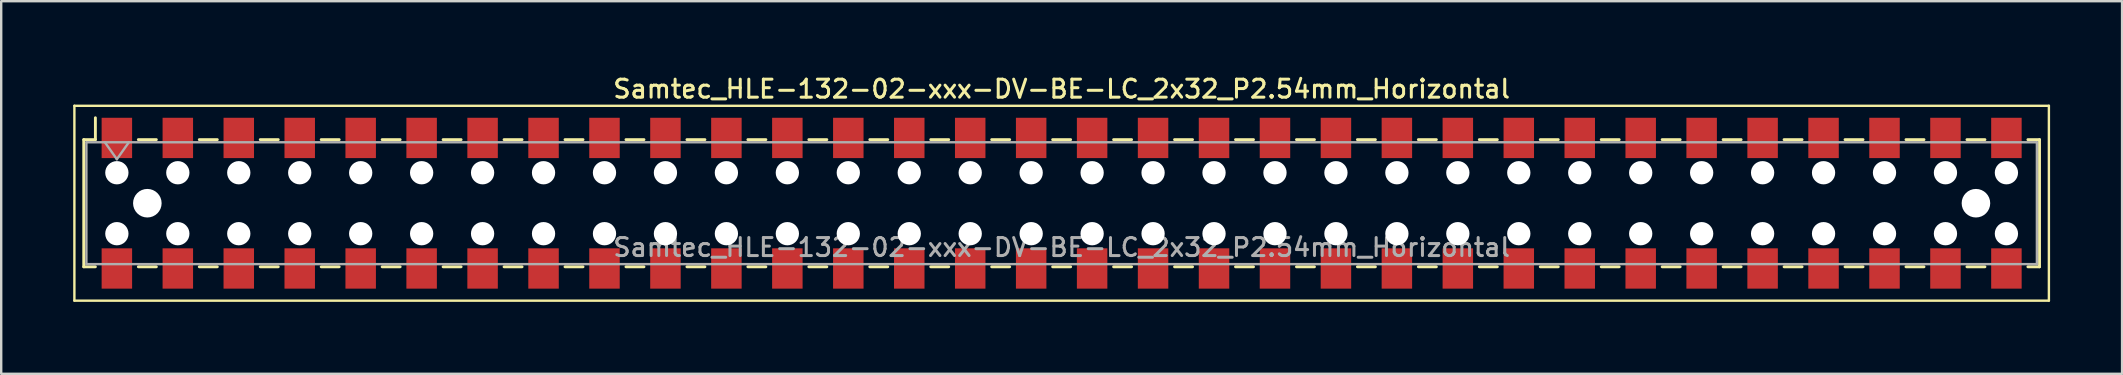
<source format=kicad_pcb>
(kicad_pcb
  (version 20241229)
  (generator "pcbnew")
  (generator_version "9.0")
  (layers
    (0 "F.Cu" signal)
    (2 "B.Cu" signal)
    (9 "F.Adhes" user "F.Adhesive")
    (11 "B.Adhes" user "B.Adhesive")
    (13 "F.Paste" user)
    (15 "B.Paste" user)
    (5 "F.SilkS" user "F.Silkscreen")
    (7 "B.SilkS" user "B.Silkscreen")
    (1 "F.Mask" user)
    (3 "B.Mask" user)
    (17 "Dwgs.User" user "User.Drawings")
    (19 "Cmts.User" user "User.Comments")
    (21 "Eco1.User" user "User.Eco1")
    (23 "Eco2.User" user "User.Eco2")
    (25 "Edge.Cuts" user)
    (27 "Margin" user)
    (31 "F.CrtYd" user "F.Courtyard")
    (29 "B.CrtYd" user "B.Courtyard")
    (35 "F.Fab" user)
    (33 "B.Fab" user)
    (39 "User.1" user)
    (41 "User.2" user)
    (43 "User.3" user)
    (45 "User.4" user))
  (footprint "Samtec_HLE-132-02-xxx-DV-BE-LC_2x32_P2.54mm_Horizontal"
    (layer "F.Cu")
    (at 41.19 5.418)
    (property "Reference" "Samtec_HLE-132-02-xxx-DV-BE-LC_2x32_P2.54mm_Horizontal" (at 0 -4.76 0) (layer "F.SilkS") (effects (font (size 0.75 0.75) (thickness 0.125))))
    (attr smd)
    (fp_line (start -41.14 -4.06) (end 41.14 -4.06) (stroke (width 0.1) (type solid)) (layer "F.SilkS"))
    (fp_line (start -41.14 4.06) (end -41.14 -4.06) (stroke (width 0.1) (type solid)) (layer "F.SilkS"))
    (fp_line (start -40.75 -2.65) (end -40.75 2.65) (stroke (width 0.12) (type solid)) (layer "F.SilkS"))
    (fp_line (start -40.75 2.65) (end -40.265 2.65) (stroke (width 0.12) (type solid)) (layer "F.SilkS"))
    (fp_line (start -40.265 -3.56) (end -40.265 -2.65) (stroke (width 0.12) (type solid)) (layer "F.SilkS"))
    (fp_line (start -40.265 -2.65) (end -40.75 -2.65) (stroke (width 0.12) (type solid)) (layer "F.SilkS"))
    (fp_line (start -38.475 -2.65) (end -37.725 -2.65) (stroke (width 0.12) (type solid)) (layer "F.SilkS"))
    (fp_line (start -38.475 2.65) (end -37.725 2.65) (stroke (width 0.12) (type solid)) (layer "F.SilkS"))
    (fp_line (start -35.935 -2.65) (end -35.185 -2.65) (stroke (width 0.12) (type solid)) (layer "F.SilkS"))
    (fp_line (start -35.935 2.65) (end -35.185 2.65) (stroke (width 0.12) (type solid)) (layer "F.SilkS"))
    (fp_line (start -33.395 -2.65) (end -32.645 -2.65) (stroke (width 0.12) (type solid)) (layer "F.SilkS"))
    (fp_line (start -33.395 2.65) (end -32.645 2.65) (stroke (width 0.12) (type solid)) (layer "F.SilkS"))
    (fp_line (start -30.855 -2.65) (end -30.105 -2.65) (stroke (width 0.12) (type solid)) (layer "F.SilkS"))
    (fp_line (start -30.855 2.65) (end -30.105 2.65) (stroke (width 0.12) (type solid)) (layer "F.SilkS"))
    (fp_line (start -28.315 -2.65) (end -27.565 -2.65) (stroke (width 0.12) (type solid)) (layer "F.SilkS"))
    (fp_line (start -28.315 2.65) (end -27.565 2.65) (stroke (width 0.12) (type solid)) (layer "F.SilkS"))
    (fp_line (start -25.775 -2.65) (end -25.025 -2.65) (stroke (width 0.12) (type solid)) (layer "F.SilkS"))
    (fp_line (start -25.775 2.65) (end -25.025 2.65) (stroke (width 0.12) (type solid)) (layer "F.SilkS"))
    (fp_line (start -23.235 -2.65) (end -22.485 -2.65) (stroke (width 0.12) (type solid)) (layer "F.SilkS"))
    (fp_line (start -23.235 2.65) (end -22.485 2.65) (stroke (width 0.12) (type solid)) (layer "F.SilkS"))
    (fp_line (start -20.695 -2.65) (end -19.945 -2.65) (stroke (width 0.12) (type solid)) (layer "F.SilkS"))
    (fp_line (start -20.695 2.65) (end -19.945 2.65) (stroke (width 0.12) (type solid)) (layer "F.SilkS"))
    (fp_line (start -18.155 -2.65) (end -17.405 -2.65) (stroke (width 0.12) (type solid)) (layer "F.SilkS"))
    (fp_line (start -18.155 2.65) (end -17.405 2.65) (stroke (width 0.12) (type solid)) (layer "F.SilkS"))
    (fp_line (start -15.615 -2.65) (end -14.865 -2.65) (stroke (width 0.12) (type solid)) (layer "F.SilkS"))
    (fp_line (start -15.615 2.65) (end -14.865 2.65) (stroke (width 0.12) (type solid)) (layer "F.SilkS"))
    (fp_line (start -13.075 -2.65) (end -12.325 -2.65) (stroke (width 0.12) (type solid)) (layer "F.SilkS"))
    (fp_line (start -13.075 2.65) (end -12.325 2.65) (stroke (width 0.12) (type solid)) (layer "F.SilkS"))
    (fp_line (start -10.535 -2.65) (end -9.785 -2.65) (stroke (width 0.12) (type solid)) (layer "F.SilkS"))
    (fp_line (start -10.535 2.65) (end -9.785 2.65) (stroke (width 0.12) (type solid)) (layer "F.SilkS"))
    (fp_line (start -7.995 -2.65) (end -7.245 -2.65) (stroke (width 0.12) (type solid)) (layer "F.SilkS"))
    (fp_line (start -7.995 2.65) (end -7.245 2.65) (stroke (width 0.12) (type solid)) (layer "F.SilkS"))
    (fp_line (start -5.455 -2.65) (end -4.705 -2.65) (stroke (width 0.12) (type solid)) (layer "F.SilkS"))
    (fp_line (start -5.455 2.65) (end -4.705 2.65) (stroke (width 0.12) (type solid)) (layer "F.SilkS"))
    (fp_line (start -2.915 -2.65) (end -2.165 -2.65) (stroke (width 0.12) (type solid)) (layer "F.SilkS"))
    (fp_line (start -2.915 2.65) (end -2.165 2.65) (stroke (width 0.12) (type solid)) (layer "F.SilkS"))
    (fp_line (start -0.375 -2.65) (end 0.375 -2.65) (stroke (width 0.12) (type solid)) (layer "F.SilkS"))
    (fp_line (start -0.375 2.65) (end 0.375 2.65) (stroke (width 0.12) (type solid)) (layer "F.SilkS"))
    (fp_line (start 2.165 -2.65) (end 2.915 -2.65) (stroke (width 0.12) (type solid)) (layer "F.SilkS"))
    (fp_line (start 2.165 2.65) (end 2.915 2.65) (stroke (width 0.12) (type solid)) (layer "F.SilkS"))
    (fp_line (start 4.705 -2.65) (end 5.455 -2.65) (stroke (width 0.12) (type solid)) (layer "F.SilkS"))
    (fp_line (start 4.705 2.65) (end 5.455 2.65) (stroke (width 0.12) (type solid)) (layer "F.SilkS"))
    (fp_line (start 7.245 -2.65) (end 7.995 -2.65) (stroke (width 0.12) (type solid)) (layer "F.SilkS"))
    (fp_line (start 7.245 2.65) (end 7.995 2.65) (stroke (width 0.12) (type solid)) (layer "F.SilkS"))
    (fp_line (start 9.785 -2.65) (end 10.535 -2.65) (stroke (width 0.12) (type solid)) (layer "F.SilkS"))
    (fp_line (start 9.785 2.65) (end 10.535 2.65) (stroke (width 0.12) (type solid)) (layer "F.SilkS"))
    (fp_line (start 12.325 -2.65) (end 13.075 -2.65) (stroke (width 0.12) (type solid)) (layer "F.SilkS"))
    (fp_line (start 12.325 2.65) (end 13.075 2.65) (stroke (width 0.12) (type solid)) (layer "F.SilkS"))
    (fp_line (start 14.865 -2.65) (end 15.615 -2.65) (stroke (width 0.12) (type solid)) (layer "F.SilkS"))
    (fp_line (start 14.865 2.65) (end 15.615 2.65) (stroke (width 0.12) (type solid)) (layer "F.SilkS"))
    (fp_line (start 17.405 -2.65) (end 18.155 -2.65) (stroke (width 0.12) (type solid)) (layer "F.SilkS"))
    (fp_line (start 17.405 2.65) (end 18.155 2.65) (stroke (width 0.12) (type solid)) (layer "F.SilkS"))
    (fp_line (start 19.945 -2.65) (end 20.695 -2.65) (stroke (width 0.12) (type solid)) (layer "F.SilkS"))
    (fp_line (start 19.945 2.65) (end 20.695 2.65) (stroke (width 0.12) (type solid)) (layer "F.SilkS"))
    (fp_line (start 22.485 -2.65) (end 23.235 -2.65) (stroke (width 0.12) (type solid)) (layer "F.SilkS"))
    (fp_line (start 22.485 2.65) (end 23.235 2.65) (stroke (width 0.12) (type solid)) (layer "F.SilkS"))
    (fp_line (start 25.025 -2.65) (end 25.775 -2.65) (stroke (width 0.12) (type solid)) (layer "F.SilkS"))
    (fp_line (start 25.025 2.65) (end 25.775 2.65) (stroke (width 0.12) (type solid)) (layer "F.SilkS"))
    (fp_line (start 27.565 -2.65) (end 28.315 -2.65) (stroke (width 0.12) (type solid)) (layer "F.SilkS"))
    (fp_line (start 27.565 2.65) (end 28.315 2.65) (stroke (width 0.12) (type solid)) (layer "F.SilkS"))
    (fp_line (start 30.105 -2.65) (end 30.855 -2.65) (stroke (width 0.12) (type solid)) (layer "F.SilkS"))
    (fp_line (start 30.105 2.65) (end 30.855 2.65) (stroke (width 0.12) (type solid)) (layer "F.SilkS"))
    (fp_line (start 32.645 -2.65) (end 33.395 -2.65) (stroke (width 0.12) (type solid)) (layer "F.SilkS"))
    (fp_line (start 32.645 2.65) (end 33.395 2.65) (stroke (width 0.12) (type solid)) (layer "F.SilkS"))
    (fp_line (start 35.185 -2.65) (end 35.935 -2.65) (stroke (width 0.12) (type solid)) (layer "F.SilkS"))
    (fp_line (start 35.185 2.65) (end 35.935 2.65) (stroke (width 0.12) (type solid)) (layer "F.SilkS"))
    (fp_line (start 37.725 -2.65) (end 38.475 -2.65) (stroke (width 0.12) (type solid)) (layer "F.SilkS"))
    (fp_line (start 37.725 2.65) (end 38.475 2.65) (stroke (width 0.12) (type solid)) (layer "F.SilkS"))
    (fp_line (start 40.265 -2.65) (end 40.75 -2.65) (stroke (width 0.12) (type solid)) (layer "F.SilkS"))
    (fp_line (start 40.75 -2.65) (end 40.75 2.65) (stroke (width 0.12) (type solid)) (layer "F.SilkS"))
    (fp_line (start 40.75 2.65) (end 40.265 2.65) (stroke (width 0.12) (type solid)) (layer "F.SilkS"))
    (fp_line (start 41.14 -4.06) (end 41.14 4.06) (stroke (width 0.1) (type solid)) (layer "F.SilkS"))
    (fp_line (start 41.14 4.06) (end -41.14 4.06) (stroke (width 0.1) (type solid)) (layer "F.SilkS"))
    (fp_line (start -40.64 -2.54) (end 40.64 -2.54) (stroke (width 0.1) (type solid)) (layer "F.Fab"))
    (fp_line (start -40.64 2.54) (end -40.64 -2.54) (stroke (width 0.1) (type solid)) (layer "F.Fab"))
    (fp_line (start -39.87 -2.54) (end -39.37 -1.833) (stroke (width 0.1) (type solid)) (layer "F.Fab"))
    (fp_line (start -39.37 -1.833) (end -38.87 -2.54) (stroke (width 0.1) (type solid)) (layer "F.Fab"))
    (fp_line (start 40.64 -2.54) (end 40.64 2.54) (stroke (width 0.1) (type solid)) (layer "F.Fab"))
    (fp_line (start 40.64 2.54) (end -40.64 2.54) (stroke (width 0.1) (type solid)) (layer "F.Fab"))
    (fp_text user "${REFERENCE}" (at 0 1.84 0) (layer "F.Fab") (effects (font (size 0.75 0.75) (thickness 0.125))))
    (pad "" np_thru_hole circle (at -39.37 -1.27) (size 0.97 0.97) (drill 0.97) (layers "*.Cu" "*.Mask"))
    (pad "" np_thru_hole circle (at -39.37 1.27) (size 0.97 0.97) (drill 0.97) (layers "*.Cu" "*.Mask"))
    (pad "" np_thru_hole circle (at -38.1 0) (size 1.19 1.19) (drill 1.19) (layers "*.Cu" "*.Mask"))
    (pad "" np_thru_hole circle (at -36.83 -1.27) (size 0.97 0.97) (drill 0.97) (layers "*.Cu" "*.Mask"))
    (pad "" np_thru_hole circle (at -36.83 1.27) (size 0.97 0.97) (drill 0.97) (layers "*.Cu" "*.Mask"))
    (pad "" np_thru_hole circle (at -34.29 -1.27) (size 0.97 0.97) (drill 0.97) (layers "*.Cu" "*.Mask"))
    (pad "" np_thru_hole circle (at -34.29 1.27) (size 0.97 0.97) (drill 0.97) (layers "*.Cu" "*.Mask"))
    (pad "" np_thru_hole circle (at -31.75 -1.27) (size 0.97 0.97) (drill 0.97) (layers "*.Cu" "*.Mask"))
    (pad "" np_thru_hole circle (at -31.75 1.27) (size 0.97 0.97) (drill 0.97) (layers "*.Cu" "*.Mask"))
    (pad "" np_thru_hole circle (at -29.21 -1.27) (size 0.97 0.97) (drill 0.97) (layers "*.Cu" "*.Mask"))
    (pad "" np_thru_hole circle (at -29.21 1.27) (size 0.97 0.97) (drill 0.97) (layers "*.Cu" "*.Mask"))
    (pad "" np_thru_hole circle (at -26.67 -1.27) (size 0.97 0.97) (drill 0.97) (layers "*.Cu" "*.Mask"))
    (pad "" np_thru_hole circle (at -26.67 1.27) (size 0.97 0.97) (drill 0.97) (layers "*.Cu" "*.Mask"))
    (pad "" np_thru_hole circle (at -24.13 -1.27) (size 0.97 0.97) (drill 0.97) (layers "*.Cu" "*.Mask"))
    (pad "" np_thru_hole circle (at -24.13 1.27) (size 0.97 0.97) (drill 0.97) (layers "*.Cu" "*.Mask"))
    (pad "" np_thru_hole circle (at -21.59 -1.27) (size 0.97 0.97) (drill 0.97) (layers "*.Cu" "*.Mask"))
    (pad "" np_thru_hole circle (at -21.59 1.27) (size 0.97 0.97) (drill 0.97) (layers "*.Cu" "*.Mask"))
    (pad "" np_thru_hole circle (at -19.05 -1.27) (size 0.97 0.97) (drill 0.97) (layers "*.Cu" "*.Mask"))
    (pad "" np_thru_hole circle (at -19.05 1.27) (size 0.97 0.97) (drill 0.97) (layers "*.Cu" "*.Mask"))
    (pad "" np_thru_hole circle (at -16.51 -1.27) (size 0.97 0.97) (drill 0.97) (layers "*.Cu" "*.Mask"))
    (pad "" np_thru_hole circle (at -16.51 1.27) (size 0.97 0.97) (drill 0.97) (layers "*.Cu" "*.Mask"))
    (pad "" np_thru_hole circle (at -13.97 -1.27) (size 0.97 0.97) (drill 0.97) (layers "*.Cu" "*.Mask"))
    (pad "" np_thru_hole circle (at -13.97 1.27) (size 0.97 0.97) (drill 0.97) (layers "*.Cu" "*.Mask"))
    (pad "" np_thru_hole circle (at -11.43 -1.27) (size 0.97 0.97) (drill 0.97) (layers "*.Cu" "*.Mask"))
    (pad "" np_thru_hole circle (at -11.43 1.27) (size 0.97 0.97) (drill 0.97) (layers "*.Cu" "*.Mask"))
    (pad "" np_thru_hole circle (at -8.89 -1.27) (size 0.97 0.97) (drill 0.97) (layers "*.Cu" "*.Mask"))
    (pad "" np_thru_hole circle (at -8.89 1.27) (size 0.97 0.97) (drill 0.97) (layers "*.Cu" "*.Mask"))
    (pad "" np_thru_hole circle (at -6.35 -1.27) (size 0.97 0.97) (drill 0.97) (layers "*.Cu" "*.Mask"))
    (pad "" np_thru_hole circle (at -6.35 1.27) (size 0.97 0.97) (drill 0.97) (layers "*.Cu" "*.Mask"))
    (pad "" np_thru_hole circle (at -3.81 -1.27) (size 0.97 0.97) (drill 0.97) (layers "*.Cu" "*.Mask"))
    (pad "" np_thru_hole circle (at -3.81 1.27) (size 0.97 0.97) (drill 0.97) (layers "*.Cu" "*.Mask"))
    (pad "" np_thru_hole circle (at -1.27 -1.27) (size 0.97 0.97) (drill 0.97) (layers "*.Cu" "*.Mask"))
    (pad "" np_thru_hole circle (at -1.27 1.27) (size 0.97 0.97) (drill 0.97) (layers "*.Cu" "*.Mask"))
    (pad "" np_thru_hole circle (at 1.27 -1.27) (size 0.97 0.97) (drill 0.97) (layers "*.Cu" "*.Mask"))
    (pad "" np_thru_hole circle (at 1.27 1.27) (size 0.97 0.97) (drill 0.97) (layers "*.Cu" "*.Mask"))
    (pad "" np_thru_hole circle (at 3.81 -1.27) (size 0.97 0.97) (drill 0.97) (layers "*.Cu" "*.Mask"))
    (pad "" np_thru_hole circle (at 3.81 1.27) (size 0.97 0.97) (drill 0.97) (layers "*.Cu" "*.Mask"))
    (pad "" np_thru_hole circle (at 6.35 -1.27) (size 0.97 0.97) (drill 0.97) (layers "*.Cu" "*.Mask"))
    (pad "" np_thru_hole circle (at 6.35 1.27) (size 0.97 0.97) (drill 0.97) (layers "*.Cu" "*.Mask"))
    (pad "" np_thru_hole circle (at 8.89 -1.27) (size 0.97 0.97) (drill 0.97) (layers "*.Cu" "*.Mask"))
    (pad "" np_thru_hole circle (at 8.89 1.27) (size 0.97 0.97) (drill 0.97) (layers "*.Cu" "*.Mask"))
    (pad "" np_thru_hole circle (at 11.43 -1.27) (size 0.97 0.97) (drill 0.97) (layers "*.Cu" "*.Mask"))
    (pad "" np_thru_hole circle (at 11.43 1.27) (size 0.97 0.97) (drill 0.97) (layers "*.Cu" "*.Mask"))
    (pad "" np_thru_hole circle (at 13.97 -1.27) (size 0.97 0.97) (drill 0.97) (layers "*.Cu" "*.Mask"))
    (pad "" np_thru_hole circle (at 13.97 1.27) (size 0.97 0.97) (drill 0.97) (layers "*.Cu" "*.Mask"))
    (pad "" np_thru_hole circle (at 16.51 -1.27) (size 0.97 0.97) (drill 0.97) (layers "*.Cu" "*.Mask"))
    (pad "" np_thru_hole circle (at 16.51 1.27) (size 0.97 0.97) (drill 0.97) (layers "*.Cu" "*.Mask"))
    (pad "" np_thru_hole circle (at 19.05 -1.27) (size 0.97 0.97) (drill 0.97) (layers "*.Cu" "*.Mask"))
    (pad "" np_thru_hole circle (at 19.05 1.27) (size 0.97 0.97) (drill 0.97) (layers "*.Cu" "*.Mask"))
    (pad "" np_thru_hole circle (at 21.59 -1.27) (size 0.97 0.97) (drill 0.97) (layers "*.Cu" "*.Mask"))
    (pad "" np_thru_hole circle (at 21.59 1.27) (size 0.97 0.97) (drill 0.97) (layers "*.Cu" "*.Mask"))
    (pad "" np_thru_hole circle (at 24.13 -1.27) (size 0.97 0.97) (drill 0.97) (layers "*.Cu" "*.Mask"))
    (pad "" np_thru_hole circle (at 24.13 1.27) (size 0.97 0.97) (drill 0.97) (layers "*.Cu" "*.Mask"))
    (pad "" np_thru_hole circle (at 26.67 -1.27) (size 0.97 0.97) (drill 0.97) (layers "*.Cu" "*.Mask"))
    (pad "" np_thru_hole circle (at 26.67 1.27) (size 0.97 0.97) (drill 0.97) (layers "*.Cu" "*.Mask"))
    (pad "" np_thru_hole circle (at 29.21 -1.27) (size 0.97 0.97) (drill 0.97) (layers "*.Cu" "*.Mask"))
    (pad "" np_thru_hole circle (at 29.21 1.27) (size 0.97 0.97) (drill 0.97) (layers "*.Cu" "*.Mask"))
    (pad "" np_thru_hole circle (at 31.75 -1.27) (size 0.97 0.97) (drill 0.97) (layers "*.Cu" "*.Mask"))
    (pad "" np_thru_hole circle (at 31.75 1.27) (size 0.97 0.97) (drill 0.97) (layers "*.Cu" "*.Mask"))
    (pad "" np_thru_hole circle (at 34.29 -1.27) (size 0.97 0.97) (drill 0.97) (layers "*.Cu" "*.Mask"))
    (pad "" np_thru_hole circle (at 34.29 1.27) (size 0.97 0.97) (drill 0.97) (layers "*.Cu" "*.Mask"))
    (pad "" np_thru_hole circle (at 36.83 -1.27) (size 0.97 0.97) (drill 0.97) (layers "*.Cu" "*.Mask"))
    (pad "" np_thru_hole circle (at 36.83 1.27) (size 0.97 0.97) (drill 0.97) (layers "*.Cu" "*.Mask"))
    (pad "" np_thru_hole circle (at 38.1 0) (size 1.19 1.19) (drill 1.19) (layers "*.Cu" "*.Mask"))
    (pad "" np_thru_hole circle (at 39.37 -1.27) (size 0.97 0.97) (drill 0.97) (layers "*.Cu" "*.Mask"))
    (pad "" np_thru_hole circle (at 39.37 1.27) (size 0.97 0.97) (drill 0.97) (layers "*.Cu" "*.Mask"))
    (pad "1" smd rect (at -39.37 -2.72) (size 1.27 1.68) (layers "F.Cu" "F.Mask" "F.Paste"))
    (pad "2" smd rect (at -39.37 2.72) (size 1.27 1.68) (layers "F.Cu" "F.Mask" "F.Paste"))
    (pad "3" smd rect (at -36.83 -2.72) (size 1.27 1.68) (layers "F.Cu" "F.Mask" "F.Paste"))
    (pad "4" smd rect (at -36.83 2.72) (size 1.27 1.68) (layers "F.Cu" "F.Mask" "F.Paste"))
    (pad "5" smd rect (at -34.29 -2.72) (size 1.27 1.68) (layers "F.Cu" "F.Mask" "F.Paste"))
    (pad "6" smd rect (at -34.29 2.72) (size 1.27 1.68) (layers "F.Cu" "F.Mask" "F.Paste"))
    (pad "7" smd rect (at -31.75 -2.72) (size 1.27 1.68) (layers "F.Cu" "F.Mask" "F.Paste"))
    (pad "8" smd rect (at -31.75 2.72) (size 1.27 1.68) (layers "F.Cu" "F.Mask" "F.Paste"))
    (pad "9" smd rect (at -29.21 -2.72) (size 1.27 1.68) (layers "F.Cu" "F.Mask" "F.Paste"))
    (pad "10" smd rect (at -29.21 2.72) (size 1.27 1.68) (layers "F.Cu" "F.Mask" "F.Paste"))
    (pad "11" smd rect (at -26.67 -2.72) (size 1.27 1.68) (layers "F.Cu" "F.Mask" "F.Paste"))
    (pad "12" smd rect (at -26.67 2.72) (size 1.27 1.68) (layers "F.Cu" "F.Mask" "F.Paste"))
    (pad "13" smd rect (at -24.13 -2.72) (size 1.27 1.68) (layers "F.Cu" "F.Mask" "F.Paste"))
    (pad "14" smd rect (at -24.13 2.72) (size 1.27 1.68) (layers "F.Cu" "F.Mask" "F.Paste"))
    (pad "15" smd rect (at -21.59 -2.72) (size 1.27 1.68) (layers "F.Cu" "F.Mask" "F.Paste"))
    (pad "16" smd rect (at -21.59 2.72) (size 1.27 1.68) (layers "F.Cu" "F.Mask" "F.Paste"))
    (pad "17" smd rect (at -19.05 -2.72) (size 1.27 1.68) (layers "F.Cu" "F.Mask" "F.Paste"))
    (pad "18" smd rect (at -19.05 2.72) (size 1.27 1.68) (layers "F.Cu" "F.Mask" "F.Paste"))
    (pad "19" smd rect (at -16.51 -2.72) (size 1.27 1.68) (layers "F.Cu" "F.Mask" "F.Paste"))
    (pad "20" smd rect (at -16.51 2.72) (size 1.27 1.68) (layers "F.Cu" "F.Mask" "F.Paste"))
    (pad "21" smd rect (at -13.97 -2.72) (size 1.27 1.68) (layers "F.Cu" "F.Mask" "F.Paste"))
    (pad "22" smd rect (at -13.97 2.72) (size 1.27 1.68) (layers "F.Cu" "F.Mask" "F.Paste"))
    (pad "23" smd rect (at -11.43 -2.72) (size 1.27 1.68) (layers "F.Cu" "F.Mask" "F.Paste"))
    (pad "24" smd rect (at -11.43 2.72) (size 1.27 1.68) (layers "F.Cu" "F.Mask" "F.Paste"))
    (pad "25" smd rect (at -8.89 -2.72) (size 1.27 1.68) (layers "F.Cu" "F.Mask" "F.Paste"))
    (pad "26" smd rect (at -8.89 2.72) (size 1.27 1.68) (layers "F.Cu" "F.Mask" "F.Paste"))
    (pad "27" smd rect (at -6.35 -2.72) (size 1.27 1.68) (layers "F.Cu" "F.Mask" "F.Paste"))
    (pad "28" smd rect (at -6.35 2.72) (size 1.27 1.68) (layers "F.Cu" "F.Mask" "F.Paste"))
    (pad "29" smd rect (at -3.81 -2.72) (size 1.27 1.68) (layers "F.Cu" "F.Mask" "F.Paste"))
    (pad "30" smd rect (at -3.81 2.72) (size 1.27 1.68) (layers "F.Cu" "F.Mask" "F.Paste"))
    (pad "31" smd rect (at -1.27 -2.72) (size 1.27 1.68) (layers "F.Cu" "F.Mask" "F.Paste"))
    (pad "32" smd rect (at -1.27 2.72) (size 1.27 1.68) (layers "F.Cu" "F.Mask" "F.Paste"))
    (pad "33" smd rect (at 1.27 -2.72) (size 1.27 1.68) (layers "F.Cu" "F.Mask" "F.Paste"))
    (pad "34" smd rect (at 1.27 2.72) (size 1.27 1.68) (layers "F.Cu" "F.Mask" "F.Paste"))
    (pad "35" smd rect (at 3.81 -2.72) (size 1.27 1.68) (layers "F.Cu" "F.Mask" "F.Paste"))
    (pad "36" smd rect (at 3.81 2.72) (size 1.27 1.68) (layers "F.Cu" "F.Mask" "F.Paste"))
    (pad "37" smd rect (at 6.35 -2.72) (size 1.27 1.68) (layers "F.Cu" "F.Mask" "F.Paste"))
    (pad "38" smd rect (at 6.35 2.72) (size 1.27 1.68) (layers "F.Cu" "F.Mask" "F.Paste"))
    (pad "39" smd rect (at 8.89 -2.72) (size 1.27 1.68) (layers "F.Cu" "F.Mask" "F.Paste"))
    (pad "40" smd rect (at 8.89 2.72) (size 1.27 1.68) (layers "F.Cu" "F.Mask" "F.Paste"))
    (pad "41" smd rect (at 11.43 -2.72) (size 1.27 1.68) (layers "F.Cu" "F.Mask" "F.Paste"))
    (pad "42" smd rect (at 11.43 2.72) (size 1.27 1.68) (layers "F.Cu" "F.Mask" "F.Paste"))
    (pad "43" smd rect (at 13.97 -2.72) (size 1.27 1.68) (layers "F.Cu" "F.Mask" "F.Paste"))
    (pad "44" smd rect (at 13.97 2.72) (size 1.27 1.68) (layers "F.Cu" "F.Mask" "F.Paste"))
    (pad "45" smd rect (at 16.51 -2.72) (size 1.27 1.68) (layers "F.Cu" "F.Mask" "F.Paste"))
    (pad "46" smd rect (at 16.51 2.72) (size 1.27 1.68) (layers "F.Cu" "F.Mask" "F.Paste"))
    (pad "47" smd rect (at 19.05 -2.72) (size 1.27 1.68) (layers "F.Cu" "F.Mask" "F.Paste"))
    (pad "48" smd rect (at 19.05 2.72) (size 1.27 1.68) (layers "F.Cu" "F.Mask" "F.Paste"))
    (pad "49" smd rect (at 21.59 -2.72) (size 1.27 1.68) (layers "F.Cu" "F.Mask" "F.Paste"))
    (pad "50" smd rect (at 21.59 2.72) (size 1.27 1.68) (layers "F.Cu" "F.Mask" "F.Paste"))
    (pad "51" smd rect (at 24.13 -2.72) (size 1.27 1.68) (layers "F.Cu" "F.Mask" "F.Paste"))
    (pad "52" smd rect (at 24.13 2.72) (size 1.27 1.68) (layers "F.Cu" "F.Mask" "F.Paste"))
    (pad "53" smd rect (at 26.67 -2.72) (size 1.27 1.68) (layers "F.Cu" "F.Mask" "F.Paste"))
    (pad "54" smd rect (at 26.67 2.72) (size 1.27 1.68) (layers "F.Cu" "F.Mask" "F.Paste"))
    (pad "55" smd rect (at 29.21 -2.72) (size 1.27 1.68) (layers "F.Cu" "F.Mask" "F.Paste"))
    (pad "56" smd rect (at 29.21 2.72) (size 1.27 1.68) (layers "F.Cu" "F.Mask" "F.Paste"))
    (pad "57" smd rect (at 31.75 -2.72) (size 1.27 1.68) (layers "F.Cu" "F.Mask" "F.Paste"))
    (pad "58" smd rect (at 31.75 2.72) (size 1.27 1.68) (layers "F.Cu" "F.Mask" "F.Paste"))
    (pad "59" smd rect (at 34.29 -2.72) (size 1.27 1.68) (layers "F.Cu" "F.Mask" "F.Paste"))
    (pad "60" smd rect (at 34.29 2.72) (size 1.27 1.68) (layers "F.Cu" "F.Mask" "F.Paste"))
    (pad "61" smd rect (at 36.83 -2.72) (size 1.27 1.68) (layers "F.Cu" "F.Mask" "F.Paste"))
    (pad "62" smd rect (at 36.83 2.72) (size 1.27 1.68) (layers "F.Cu" "F.Mask" "F.Paste"))
    (pad "63" smd rect (at 39.37 -2.72) (size 1.27 1.68) (layers "F.Cu" "F.Mask" "F.Paste"))
    (pad "64" smd rect (at 39.37 2.72) (size 1.27 1.68) (layers "F.Cu" "F.Mask" "F.Paste")))
  (gr_rect
    (start -3 -3)
    (end 85.38 12.528)
    (stroke (width 0.1) (type default))
    (fill no)
    (layer "Edge.Cuts")))
</source>
